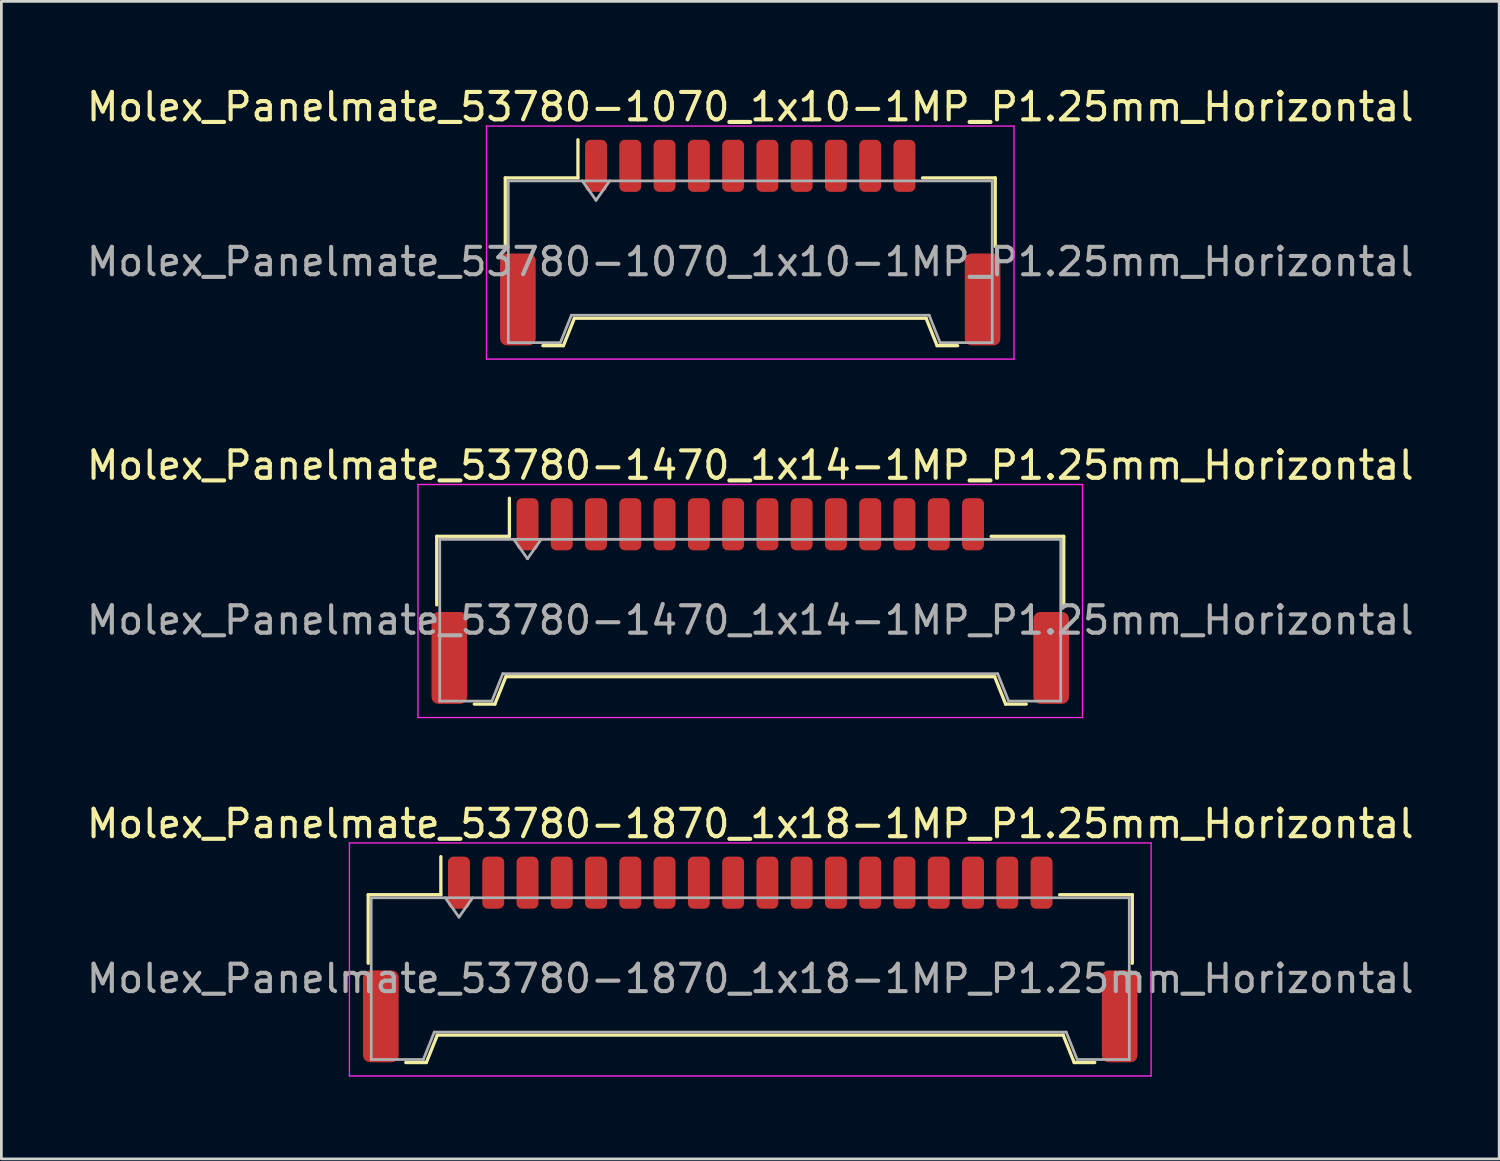
<source format=kicad_pcb>
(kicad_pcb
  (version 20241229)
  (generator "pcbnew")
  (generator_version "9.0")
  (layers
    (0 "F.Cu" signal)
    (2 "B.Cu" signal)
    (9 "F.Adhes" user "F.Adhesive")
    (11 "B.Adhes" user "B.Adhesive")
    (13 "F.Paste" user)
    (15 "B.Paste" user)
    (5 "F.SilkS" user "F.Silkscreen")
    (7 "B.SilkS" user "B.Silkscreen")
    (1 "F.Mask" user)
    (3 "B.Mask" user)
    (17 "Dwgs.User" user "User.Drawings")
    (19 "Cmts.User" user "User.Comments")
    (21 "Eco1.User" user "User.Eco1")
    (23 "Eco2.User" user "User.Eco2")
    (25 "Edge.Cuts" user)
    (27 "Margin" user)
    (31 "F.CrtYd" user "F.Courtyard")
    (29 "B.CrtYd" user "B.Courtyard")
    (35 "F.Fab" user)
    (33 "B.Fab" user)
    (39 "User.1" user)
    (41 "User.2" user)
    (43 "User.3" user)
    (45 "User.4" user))
  (footprint "Molex_Panelmate_53780-1070_1x10-1MP_P1.25mm_Horizontal"
    (layer "F.Cu")
    (at 24.315 5.798)
    (property "Reference" "Molex_Panelmate_53780-1070_1x10-1MP_P1.25mm_Horizontal" (at 0 -4.95 0) (layer "F.SilkS") (effects (font (size 1 1) (thickness 0.15))))
    (attr smd)
    (fp_line (start -8.935 -2.36) (end -6.285 -2.36) (stroke (width 0.12) (type solid)) (layer "F.SilkS"))
    (fp_line (start -8.935 0.14) (end -8.935 -2.36) (stroke (width 0.12) (type solid)) (layer "F.SilkS"))
    (fp_line (start -7.565 3.76) (end -6.815 3.76) (stroke (width 0.12) (type solid)) (layer "F.SilkS"))
    (fp_line (start -6.815 3.76) (end -6.415 2.76) (stroke (width 0.12) (type solid)) (layer "F.SilkS"))
    (fp_line (start -6.415 2.76) (end 6.415 2.76) (stroke (width 0.12) (type solid)) (layer "F.SilkS"))
    (fp_line (start -6.285 -2.36) (end -6.285 -3.75) (stroke (width 0.12) (type solid)) (layer "F.SilkS"))
    (fp_line (start 6.415 2.76) (end 6.815 3.76) (stroke (width 0.12) (type solid)) (layer "F.SilkS"))
    (fp_line (start 6.815 3.76) (end 7.565 3.76) (stroke (width 0.12) (type solid)) (layer "F.SilkS"))
    (fp_line (start 8.935 -2.36) (end 6.285 -2.36) (stroke (width 0.12) (type solid)) (layer "F.SilkS"))
    (fp_line (start 8.935 0.14) (end 8.935 -2.36) (stroke (width 0.12) (type solid)) (layer "F.SilkS"))
    (fp_line (start -9.62 -4.25) (end -9.62 4.25) (stroke (width 0.05) (type solid)) (layer "F.CrtYd"))
    (fp_line (start -9.62 4.25) (end 9.62 4.25) (stroke (width 0.05) (type solid)) (layer "F.CrtYd"))
    (fp_line (start 9.62 -4.25) (end -9.62 -4.25) (stroke (width 0.05) (type solid)) (layer "F.CrtYd"))
    (fp_line (start 9.62 4.25) (end 9.62 -4.25) (stroke (width 0.05) (type solid)) (layer "F.CrtYd"))
    (fp_line (start -8.825 -2.25) (end -8.825 3.65) (stroke (width 0.1) (type solid)) (layer "F.Fab"))
    (fp_line (start -8.825 -2.25) (end 8.825 -2.25) (stroke (width 0.1) (type solid)) (layer "F.Fab"))
    (fp_line (start -8.825 3.65) (end -6.925 3.65) (stroke (width 0.1) (type solid)) (layer "F.Fab"))
    (fp_line (start -6.925 3.65) (end -6.525 2.65) (stroke (width 0.1) (type solid)) (layer "F.Fab"))
    (fp_line (start -6.525 2.65) (end 6.525 2.65) (stroke (width 0.1) (type solid)) (layer "F.Fab"))
    (fp_line (start -6.125 -2.25) (end -5.625 -1.543) (stroke (width 0.1) (type solid)) (layer "F.Fab"))
    (fp_line (start -5.625 -1.543) (end -5.125 -2.25) (stroke (width 0.1) (type solid)) (layer "F.Fab"))
    (fp_line (start 6.525 2.65) (end 6.925 3.65) (stroke (width 0.1) (type solid)) (layer "F.Fab"))
    (fp_line (start 6.925 3.65) (end 8.825 3.65) (stroke (width 0.1) (type solid)) (layer "F.Fab"))
    (fp_line (start 8.825 -2.25) (end 8.825 3.65) (stroke (width 0.1) (type solid)) (layer "F.Fab"))
    (fp_text user "${REFERENCE}" (at 0 0.7 0) (layer "F.Fab") (effects (font (size 1 1) (thickness 0.15))))
    (pad "1" smd roundrect (at -5.625 -2.8) (size 0.8 1.9) (layers "F.Cu" "F.Mask" "F.Paste") (roundrect_rratio 0.25))
    (pad "2" smd roundrect (at -4.375 -2.8) (size 0.8 1.9) (layers "F.Cu" "F.Mask" "F.Paste") (roundrect_rratio 0.25))
    (pad "3" smd roundrect (at -3.125 -2.8) (size 0.8 1.9) (layers "F.Cu" "F.Mask" "F.Paste") (roundrect_rratio 0.25))
    (pad "4" smd roundrect (at -1.875 -2.8) (size 0.8 1.9) (layers "F.Cu" "F.Mask" "F.Paste") (roundrect_rratio 0.25))
    (pad "5" smd roundrect (at -0.625 -2.8) (size 0.8 1.9) (layers "F.Cu" "F.Mask" "F.Paste") (roundrect_rratio 0.25))
    (pad "6" smd roundrect (at 0.625 -2.8) (size 0.8 1.9) (layers "F.Cu" "F.Mask" "F.Paste") (roundrect_rratio 0.25))
    (pad "7" smd roundrect (at 1.875 -2.8) (size 0.8 1.9) (layers "F.Cu" "F.Mask" "F.Paste") (roundrect_rratio 0.25))
    (pad "8" smd roundrect (at 3.125 -2.8) (size 0.8 1.9) (layers "F.Cu" "F.Mask" "F.Paste") (roundrect_rratio 0.25))
    (pad "9" smd roundrect (at 4.375 -2.8) (size 0.8 1.9) (layers "F.Cu" "F.Mask" "F.Paste") (roundrect_rratio 0.25))
    (pad "10" smd roundrect (at 5.625 -2.8) (size 0.8 1.9) (layers "F.Cu" "F.Mask" "F.Paste") (roundrect_rratio 0.25))
    (pad "MP" smd roundrect (at -8.475 2.075) (size 1.3 3.35) (layers "F.Cu" "F.Mask" "F.Paste") (roundrect_rratio 0.192))
    (pad "MP" smd roundrect (at 8.475 2.075) (size 1.3 3.35) (layers "F.Cu" "F.Mask" "F.Paste") (roundrect_rratio 0.192)))
  (footprint "Molex_Panelmate_53780-1470_1x14-1MP_P1.25mm_Horizontal"
    (layer "F.Cu")
    (at 24.315 18.872)
    (property "Reference" "Molex_Panelmate_53780-1470_1x14-1MP_P1.25mm_Horizontal" (at 0 -4.95 0) (layer "F.SilkS") (effects (font (size 1 1) (thickness 0.15))))
    (attr smd)
    (fp_line (start -11.435 -2.36) (end -8.785 -2.36) (stroke (width 0.12) (type solid)) (layer "F.SilkS"))
    (fp_line (start -11.435 0.14) (end -11.435 -2.36) (stroke (width 0.12) (type solid)) (layer "F.SilkS"))
    (fp_line (start -10.065 3.76) (end -9.315 3.76) (stroke (width 0.12) (type solid)) (layer "F.SilkS"))
    (fp_line (start -9.315 3.76) (end -8.915 2.76) (stroke (width 0.12) (type solid)) (layer "F.SilkS"))
    (fp_line (start -8.915 2.76) (end 8.915 2.76) (stroke (width 0.12) (type solid)) (layer "F.SilkS"))
    (fp_line (start -8.785 -2.36) (end -8.785 -3.75) (stroke (width 0.12) (type solid)) (layer "F.SilkS"))
    (fp_line (start 8.915 2.76) (end 9.315 3.76) (stroke (width 0.12) (type solid)) (layer "F.SilkS"))
    (fp_line (start 9.315 3.76) (end 10.065 3.76) (stroke (width 0.12) (type solid)) (layer "F.SilkS"))
    (fp_line (start 11.435 -2.36) (end 8.785 -2.36) (stroke (width 0.12) (type solid)) (layer "F.SilkS"))
    (fp_line (start 11.435 0.14) (end 11.435 -2.36) (stroke (width 0.12) (type solid)) (layer "F.SilkS"))
    (fp_line (start -12.12 -4.25) (end -12.12 4.25) (stroke (width 0.05) (type solid)) (layer "F.CrtYd"))
    (fp_line (start -12.12 4.25) (end 12.12 4.25) (stroke (width 0.05) (type solid)) (layer "F.CrtYd"))
    (fp_line (start 12.12 -4.25) (end -12.12 -4.25) (stroke (width 0.05) (type solid)) (layer "F.CrtYd"))
    (fp_line (start 12.12 4.25) (end 12.12 -4.25) (stroke (width 0.05) (type solid)) (layer "F.CrtYd"))
    (fp_line (start -11.325 -2.25) (end -11.325 3.65) (stroke (width 0.1) (type solid)) (layer "F.Fab"))
    (fp_line (start -11.325 -2.25) (end 11.325 -2.25) (stroke (width 0.1) (type solid)) (layer "F.Fab"))
    (fp_line (start -11.325 3.65) (end -9.425 3.65) (stroke (width 0.1) (type solid)) (layer "F.Fab"))
    (fp_line (start -9.425 3.65) (end -9.025 2.65) (stroke (width 0.1) (type solid)) (layer "F.Fab"))
    (fp_line (start -9.025 2.65) (end 9.025 2.65) (stroke (width 0.1) (type solid)) (layer "F.Fab"))
    (fp_line (start -8.625 -2.25) (end -8.125 -1.543) (stroke (width 0.1) (type solid)) (layer "F.Fab"))
    (fp_line (start -8.125 -1.543) (end -7.625 -2.25) (stroke (width 0.1) (type solid)) (layer "F.Fab"))
    (fp_line (start 9.025 2.65) (end 9.425 3.65) (stroke (width 0.1) (type solid)) (layer "F.Fab"))
    (fp_line (start 9.425 3.65) (end 11.325 3.65) (stroke (width 0.1) (type solid)) (layer "F.Fab"))
    (fp_line (start 11.325 -2.25) (end 11.325 3.65) (stroke (width 0.1) (type solid)) (layer "F.Fab"))
    (fp_text user "${REFERENCE}" (at 0 0.7 0) (layer "F.Fab") (effects (font (size 1 1) (thickness 0.15))))
    (pad "1" smd roundrect (at -8.125 -2.8) (size 0.8 1.9) (layers "F.Cu" "F.Mask" "F.Paste") (roundrect_rratio 0.25))
    (pad "2" smd roundrect (at -6.875 -2.8) (size 0.8 1.9) (layers "F.Cu" "F.Mask" "F.Paste") (roundrect_rratio 0.25))
    (pad "3" smd roundrect (at -5.625 -2.8) (size 0.8 1.9) (layers "F.Cu" "F.Mask" "F.Paste") (roundrect_rratio 0.25))
    (pad "4" smd roundrect (at -4.375 -2.8) (size 0.8 1.9) (layers "F.Cu" "F.Mask" "F.Paste") (roundrect_rratio 0.25))
    (pad "5" smd roundrect (at -3.125 -2.8) (size 0.8 1.9) (layers "F.Cu" "F.Mask" "F.Paste") (roundrect_rratio 0.25))
    (pad "6" smd roundrect (at -1.875 -2.8) (size 0.8 1.9) (layers "F.Cu" "F.Mask" "F.Paste") (roundrect_rratio 0.25))
    (pad "7" smd roundrect (at -0.625 -2.8) (size 0.8 1.9) (layers "F.Cu" "F.Mask" "F.Paste") (roundrect_rratio 0.25))
    (pad "8" smd roundrect (at 0.625 -2.8) (size 0.8 1.9) (layers "F.Cu" "F.Mask" "F.Paste") (roundrect_rratio 0.25))
    (pad "9" smd roundrect (at 1.875 -2.8) (size 0.8 1.9) (layers "F.Cu" "F.Mask" "F.Paste") (roundrect_rratio 0.25))
    (pad "10" smd roundrect (at 3.125 -2.8) (size 0.8 1.9) (layers "F.Cu" "F.Mask" "F.Paste") (roundrect_rratio 0.25))
    (pad "11" smd roundrect (at 4.375 -2.8) (size 0.8 1.9) (layers "F.Cu" "F.Mask" "F.Paste") (roundrect_rratio 0.25))
    (pad "12" smd roundrect (at 5.625 -2.8) (size 0.8 1.9) (layers "F.Cu" "F.Mask" "F.Paste") (roundrect_rratio 0.25))
    (pad "13" smd roundrect (at 6.875 -2.8) (size 0.8 1.9) (layers "F.Cu" "F.Mask" "F.Paste") (roundrect_rratio 0.25))
    (pad "14" smd roundrect (at 8.125 -2.8) (size 0.8 1.9) (layers "F.Cu" "F.Mask" "F.Paste") (roundrect_rratio 0.25))
    (pad "MP" smd roundrect (at -10.975 2.075) (size 1.3 3.35) (layers "F.Cu" "F.Mask" "F.Paste") (roundrect_rratio 0.192))
    (pad "MP" smd roundrect (at 10.975 2.075) (size 1.3 3.35) (layers "F.Cu" "F.Mask" "F.Paste") (roundrect_rratio 0.192)))
  (footprint "Molex_Panelmate_53780-1870_1x18-1MP_P1.25mm_Horizontal"
    (layer "F.Cu")
    (at 24.315 31.945)
    (property "Reference" "Molex_Panelmate_53780-1870_1x18-1MP_P1.25mm_Horizontal" (at 0 -4.95 0) (layer "F.SilkS") (effects (font (size 1 1) (thickness 0.15))))
    (attr smd)
    (fp_line (start -13.935 -2.36) (end -11.285 -2.36) (stroke (width 0.12) (type solid)) (layer "F.SilkS"))
    (fp_line (start -13.935 0.14) (end -13.935 -2.36) (stroke (width 0.12) (type solid)) (layer "F.SilkS"))
    (fp_line (start -12.565 3.76) (end -11.815 3.76) (stroke (width 0.12) (type solid)) (layer "F.SilkS"))
    (fp_line (start -11.815 3.76) (end -11.415 2.76) (stroke (width 0.12) (type solid)) (layer "F.SilkS"))
    (fp_line (start -11.415 2.76) (end 11.415 2.76) (stroke (width 0.12) (type solid)) (layer "F.SilkS"))
    (fp_line (start -11.285 -2.36) (end -11.285 -3.75) (stroke (width 0.12) (type solid)) (layer "F.SilkS"))
    (fp_line (start 11.415 2.76) (end 11.815 3.76) (stroke (width 0.12) (type solid)) (layer "F.SilkS"))
    (fp_line (start 11.815 3.76) (end 12.565 3.76) (stroke (width 0.12) (type solid)) (layer "F.SilkS"))
    (fp_line (start 13.935 -2.36) (end 11.285 -2.36) (stroke (width 0.12) (type solid)) (layer "F.SilkS"))
    (fp_line (start 13.935 0.14) (end 13.935 -2.36) (stroke (width 0.12) (type solid)) (layer "F.SilkS"))
    (fp_line (start -14.62 -4.25) (end -14.62 4.25) (stroke (width 0.05) (type solid)) (layer "F.CrtYd"))
    (fp_line (start -14.62 4.25) (end 14.62 4.25) (stroke (width 0.05) (type solid)) (layer "F.CrtYd"))
    (fp_line (start 14.62 -4.25) (end -14.62 -4.25) (stroke (width 0.05) (type solid)) (layer "F.CrtYd"))
    (fp_line (start 14.62 4.25) (end 14.62 -4.25) (stroke (width 0.05) (type solid)) (layer "F.CrtYd"))
    (fp_line (start -13.825 -2.25) (end -13.825 3.65) (stroke (width 0.1) (type solid)) (layer "F.Fab"))
    (fp_line (start -13.825 -2.25) (end 13.825 -2.25) (stroke (width 0.1) (type solid)) (layer "F.Fab"))
    (fp_line (start -13.825 3.65) (end -11.925 3.65) (stroke (width 0.1) (type solid)) (layer "F.Fab"))
    (fp_line (start -11.925 3.65) (end -11.525 2.65) (stroke (width 0.1) (type solid)) (layer "F.Fab"))
    (fp_line (start -11.525 2.65) (end 11.525 2.65) (stroke (width 0.1) (type solid)) (layer "F.Fab"))
    (fp_line (start -11.125 -2.25) (end -10.625 -1.543) (stroke (width 0.1) (type solid)) (layer "F.Fab"))
    (fp_line (start -10.625 -1.543) (end -10.125 -2.25) (stroke (width 0.1) (type solid)) (layer "F.Fab"))
    (fp_line (start 11.525 2.65) (end 11.925 3.65) (stroke (width 0.1) (type solid)) (layer "F.Fab"))
    (fp_line (start 11.925 3.65) (end 13.825 3.65) (stroke (width 0.1) (type solid)) (layer "F.Fab"))
    (fp_line (start 13.825 -2.25) (end 13.825 3.65) (stroke (width 0.1) (type solid)) (layer "F.Fab"))
    (fp_text user "${REFERENCE}" (at 0 0.7 0) (layer "F.Fab") (effects (font (size 1 1) (thickness 0.15))))
    (pad "1" smd roundrect (at -10.625 -2.8) (size 0.8 1.9) (layers "F.Cu" "F.Mask" "F.Paste") (roundrect_rratio 0.25))
    (pad "2" smd roundrect (at -9.375 -2.8) (size 0.8 1.9) (layers "F.Cu" "F.Mask" "F.Paste") (roundrect_rratio 0.25))
    (pad "3" smd roundrect (at -8.125 -2.8) (size 0.8 1.9) (layers "F.Cu" "F.Mask" "F.Paste") (roundrect_rratio 0.25))
    (pad "4" smd roundrect (at -6.875 -2.8) (size 0.8 1.9) (layers "F.Cu" "F.Mask" "F.Paste") (roundrect_rratio 0.25))
    (pad "5" smd roundrect (at -5.625 -2.8) (size 0.8 1.9) (layers "F.Cu" "F.Mask" "F.Paste") (roundrect_rratio 0.25))
    (pad "6" smd roundrect (at -4.375 -2.8) (size 0.8 1.9) (layers "F.Cu" "F.Mask" "F.Paste") (roundrect_rratio 0.25))
    (pad "7" smd roundrect (at -3.125 -2.8) (size 0.8 1.9) (layers "F.Cu" "F.Mask" "F.Paste") (roundrect_rratio 0.25))
    (pad "8" smd roundrect (at -1.875 -2.8) (size 0.8 1.9) (layers "F.Cu" "F.Mask" "F.Paste") (roundrect_rratio 0.25))
    (pad "9" smd roundrect (at -0.625 -2.8) (size 0.8 1.9) (layers "F.Cu" "F.Mask" "F.Paste") (roundrect_rratio 0.25))
    (pad "10" smd roundrect (at 0.625 -2.8) (size 0.8 1.9) (layers "F.Cu" "F.Mask" "F.Paste") (roundrect_rratio 0.25))
    (pad "11" smd roundrect (at 1.875 -2.8) (size 0.8 1.9) (layers "F.Cu" "F.Mask" "F.Paste") (roundrect_rratio 0.25))
    (pad "12" smd roundrect (at 3.125 -2.8) (size 0.8 1.9) (layers "F.Cu" "F.Mask" "F.Paste") (roundrect_rratio 0.25))
    (pad "13" smd roundrect (at 4.375 -2.8) (size 0.8 1.9) (layers "F.Cu" "F.Mask" "F.Paste") (roundrect_rratio 0.25))
    (pad "14" smd roundrect (at 5.625 -2.8) (size 0.8 1.9) (layers "F.Cu" "F.Mask" "F.Paste") (roundrect_rratio 0.25))
    (pad "15" smd roundrect (at 6.875 -2.8) (size 0.8 1.9) (layers "F.Cu" "F.Mask" "F.Paste") (roundrect_rratio 0.25))
    (pad "16" smd roundrect (at 8.125 -2.8) (size 0.8 1.9) (layers "F.Cu" "F.Mask" "F.Paste") (roundrect_rratio 0.25))
    (pad "17" smd roundrect (at 9.375 -2.8) (size 0.8 1.9) (layers "F.Cu" "F.Mask" "F.Paste") (roundrect_rratio 0.25))
    (pad "18" smd roundrect (at 10.625 -2.8) (size 0.8 1.9) (layers "F.Cu" "F.Mask" "F.Paste") (roundrect_rratio 0.25))
    (pad "MP" smd roundrect (at -13.475 2.075) (size 1.3 3.35) (layers "F.Cu" "F.Mask" "F.Paste") (roundrect_rratio 0.192))
    (pad "MP" smd roundrect (at 13.475 2.075) (size 1.3 3.35) (layers "F.Cu" "F.Mask" "F.Paste") (roundrect_rratio 0.192)))
  (gr_rect
    (start -3 -3)
    (end 51.631 39.22)
    (stroke (width 0.1) (type default))
    (fill no)
    (layer "Edge.Cuts")))
</source>
